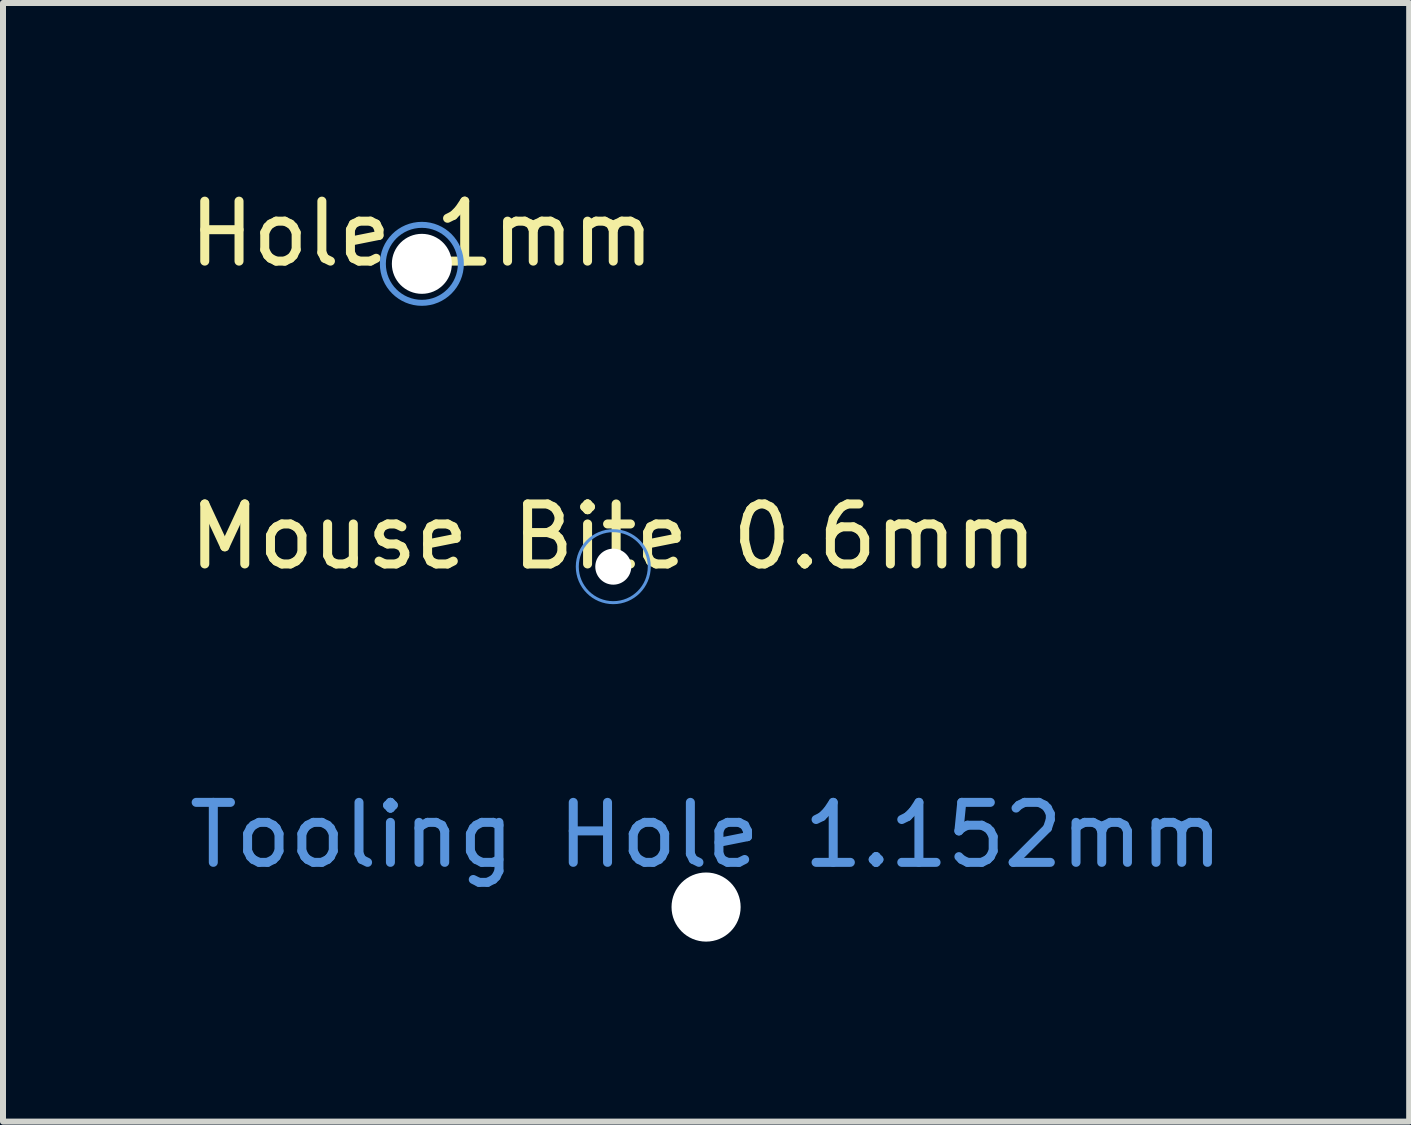
<source format=kicad_pcb>
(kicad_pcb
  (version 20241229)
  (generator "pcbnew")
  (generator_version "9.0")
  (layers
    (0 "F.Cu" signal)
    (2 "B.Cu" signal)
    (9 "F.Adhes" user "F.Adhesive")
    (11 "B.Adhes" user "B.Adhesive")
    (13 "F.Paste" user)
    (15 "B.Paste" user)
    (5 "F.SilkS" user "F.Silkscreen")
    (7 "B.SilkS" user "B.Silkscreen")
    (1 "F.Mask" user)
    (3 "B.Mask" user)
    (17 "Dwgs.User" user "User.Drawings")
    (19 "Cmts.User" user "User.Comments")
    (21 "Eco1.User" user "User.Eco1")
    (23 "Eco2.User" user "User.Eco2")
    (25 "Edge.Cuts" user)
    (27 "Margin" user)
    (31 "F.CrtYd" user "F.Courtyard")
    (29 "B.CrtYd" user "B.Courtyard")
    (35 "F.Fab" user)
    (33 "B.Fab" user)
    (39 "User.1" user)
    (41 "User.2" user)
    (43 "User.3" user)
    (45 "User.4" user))
  (footprint "Mouse Bite 0.6mm"
    (layer "F.Cu")
    (at 7.173 6.396)
    (property "Reference" "Mouse Bite 0.6mm" (at 0 -0.5 0) (unlocked yes) (layer "F.SilkS") (effects (font (size 1 1) (thickness 0.15))))
    (attr board_only exclude_from_pos_files exclude_from_bom)
    (fp_circle (center 0 0) (end 0.6 0) (stroke (width 0.05) (type default)) (fill no) (layer "Cmts.User"))
    (pad "" np_thru_hole circle (at 0 0) (size 0.6 0.6) (drill 0.6) (layers "*.Cu" "*.Mask")))
  (footprint "Hole 1mm"
    (layer "F.Cu")
    (at 3.982 1.348)
    (property "Reference" "Hole 1mm" (at 0 -0.5 0) (unlocked yes) (layer "F.SilkS") (effects (font (size 1 1) (thickness 0.15))))
    (attr through_hole board_only exclude_from_pos_files exclude_from_bom)
    (fp_circle (center 0 0) (end 0.65 0) (stroke (width 0.1) (type default)) (fill no) (layer "Cmts.User"))
    (pad "" np_thru_hole circle (at 0 0) (size 1 1) (drill 1) (layers "*.Cu" "*.Mask")))
  (footprint "Tooling Hole 1.152mm"
    (layer "F.Cu")
    (at 8.72 12.07)
    (property "Reference" "Tooling Hole 1.152mm" (at 0 -1.2 0) (unlocked yes) (layer "Cmts.User") (effects (font (size 1 1) (thickness 0.15))))
    (attr smd board_only exclude_from_pos_files exclude_from_bom)
    (pad "" np_thru_hole circle (at 0 0 90) (size 1.152 1.152) (drill 1.152) (layers "*.Cu" "*.Mask")))
  (gr_rect
    (start -3 -3)
    (end 20.44 15.646)
    (stroke (width 0.1) (type default))
    (fill no)
    (layer "Edge.Cuts")))
</source>
